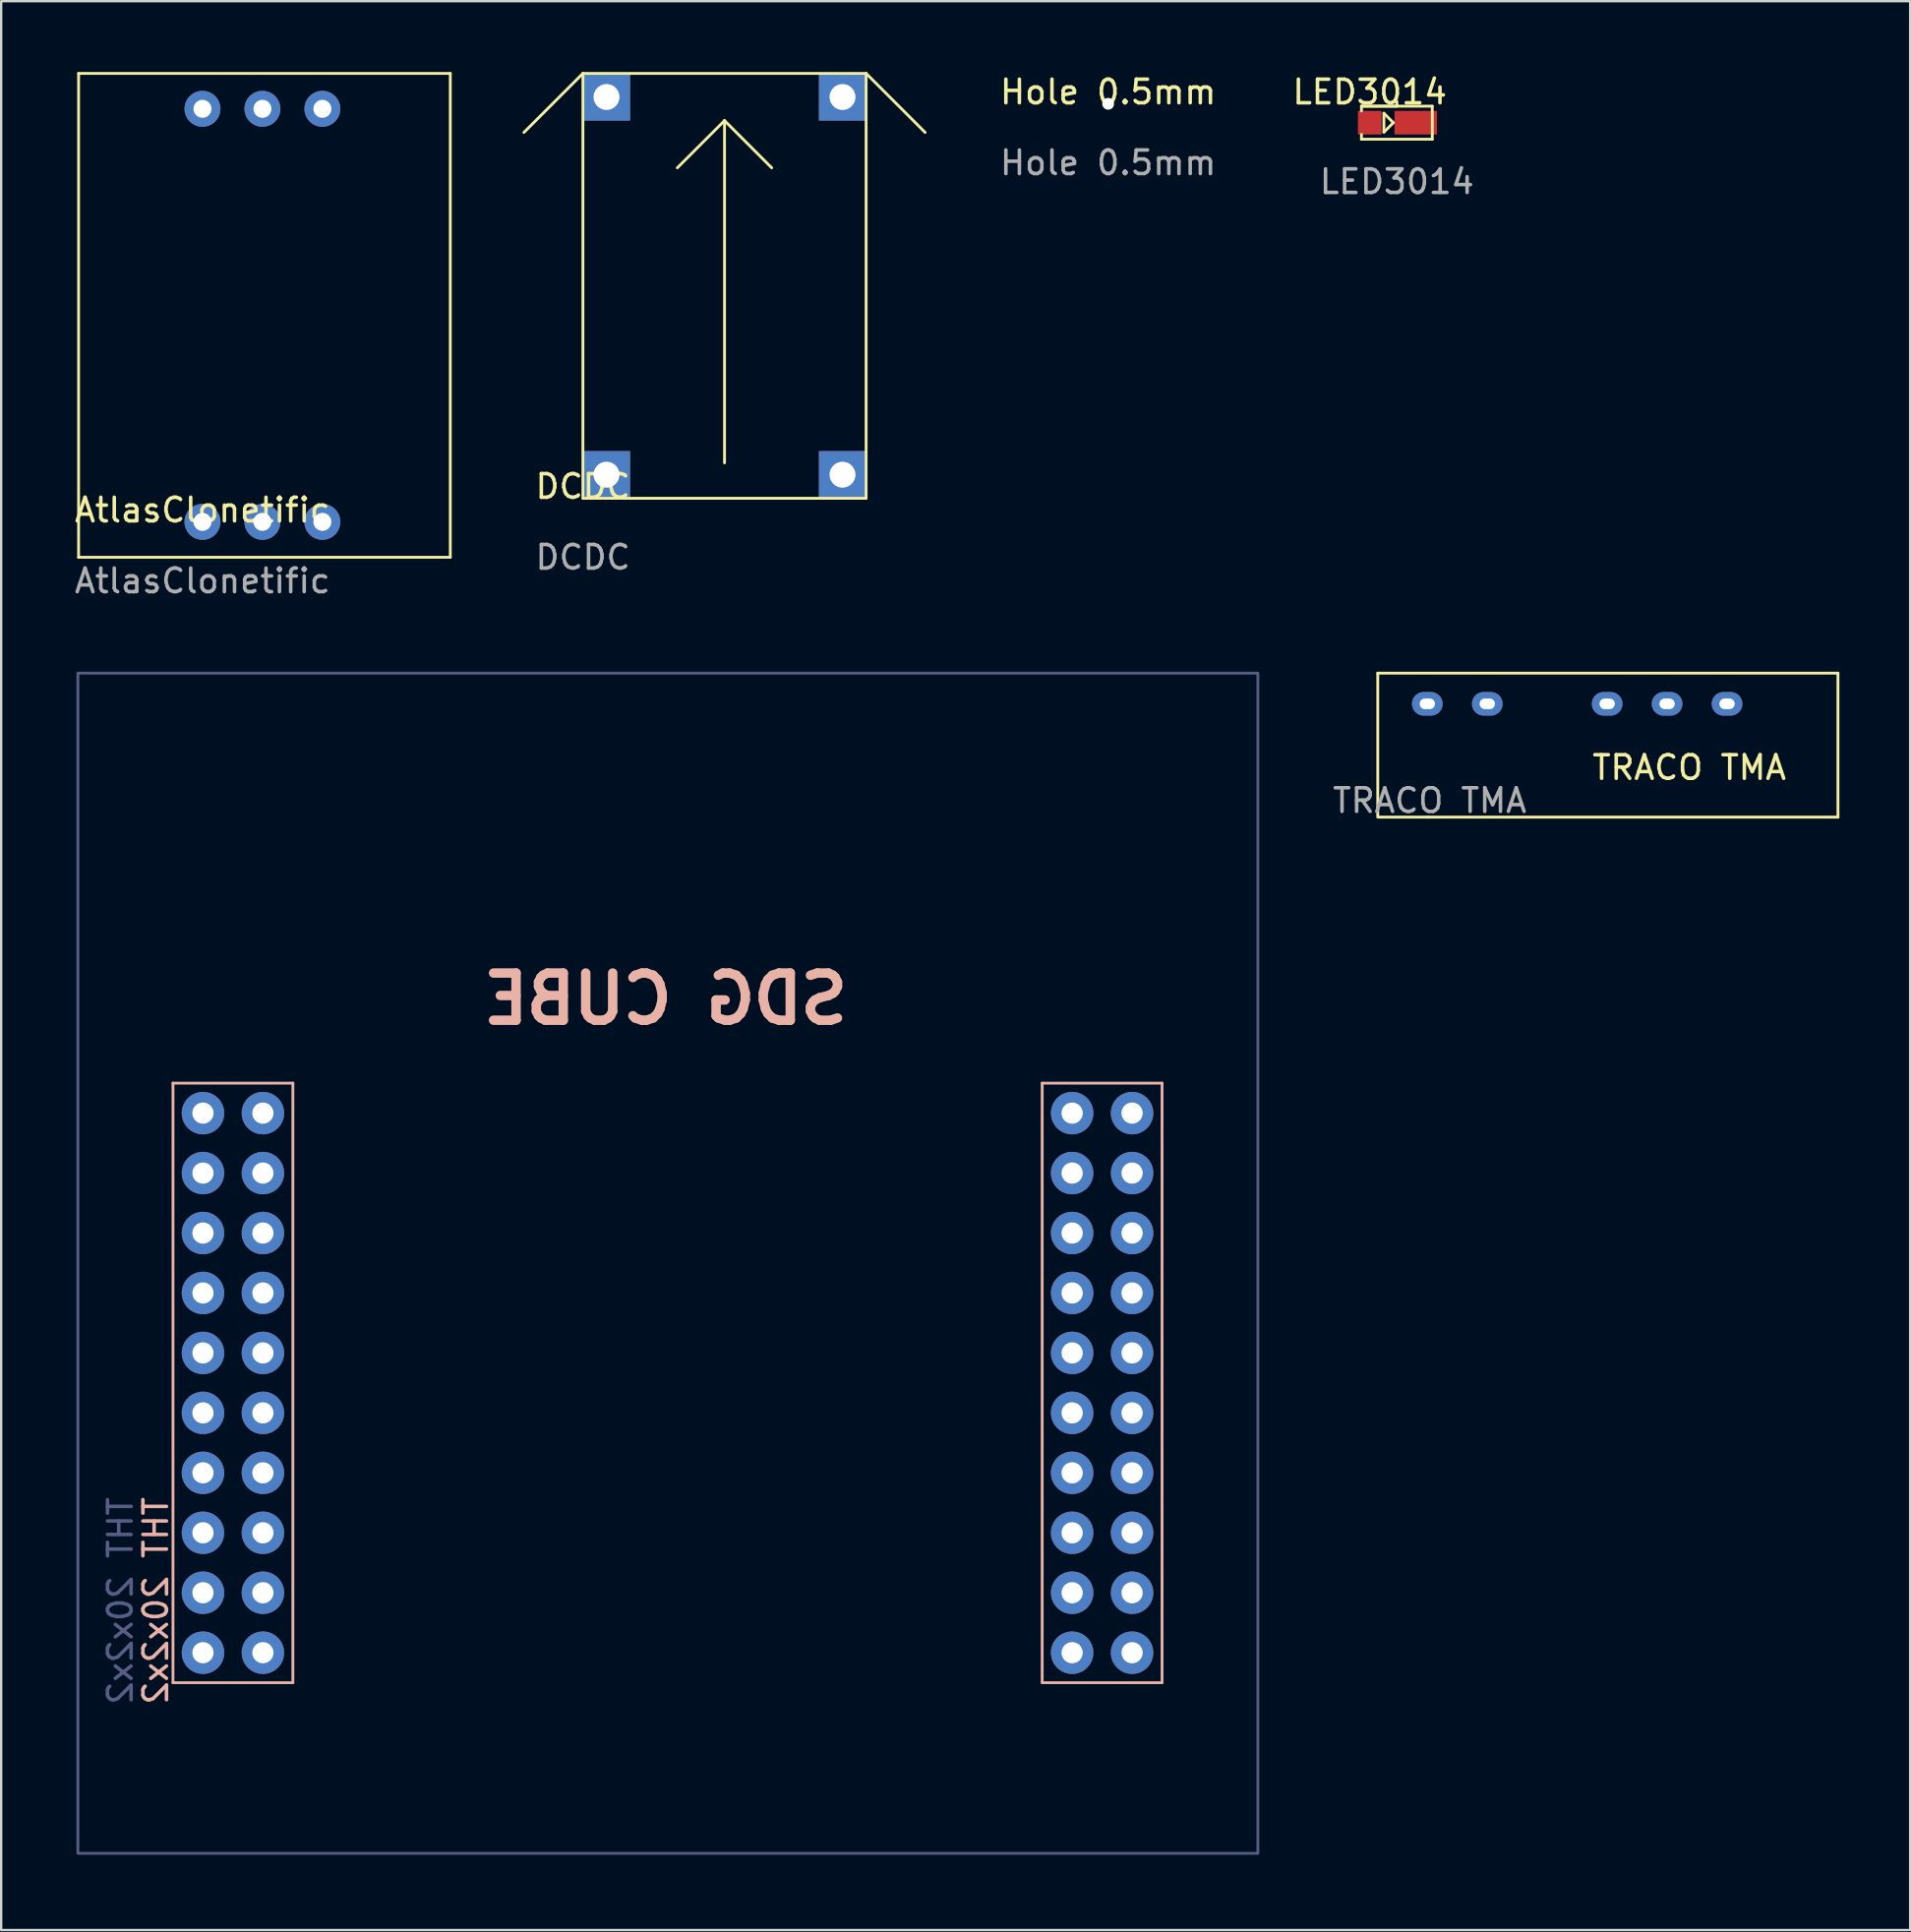
<source format=kicad_pcb>
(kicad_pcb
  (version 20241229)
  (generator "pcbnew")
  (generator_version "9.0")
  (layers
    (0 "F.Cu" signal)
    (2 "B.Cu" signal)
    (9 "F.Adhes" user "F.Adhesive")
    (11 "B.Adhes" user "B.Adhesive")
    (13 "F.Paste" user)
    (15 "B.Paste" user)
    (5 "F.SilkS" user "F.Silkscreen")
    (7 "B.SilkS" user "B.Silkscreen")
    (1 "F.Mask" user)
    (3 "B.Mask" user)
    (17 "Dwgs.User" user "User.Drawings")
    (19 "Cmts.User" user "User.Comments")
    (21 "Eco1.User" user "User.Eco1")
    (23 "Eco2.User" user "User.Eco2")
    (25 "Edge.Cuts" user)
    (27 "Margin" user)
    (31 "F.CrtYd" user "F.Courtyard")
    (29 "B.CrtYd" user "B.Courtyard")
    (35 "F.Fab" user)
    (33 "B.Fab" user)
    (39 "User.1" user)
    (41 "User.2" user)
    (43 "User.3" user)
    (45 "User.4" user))
  (footprint "THT 20x2x2"
    (layer "F.Cu")
    (at 0.25 75.468)
    (property "Reference" "THT 20x2x2" (at 3.3 -10.7 90) (unlocked yes) (layer "B.SilkS") (effects (font (size 1 1) (thickness 0.15)) (justify mirror)))
    (attr through_hole)
    (fp_line (start 4.03 -32.63) (end 4.03 -7.23) (stroke (width 0.12) (type solid)) (layer "B.SilkS"))
    (fp_line (start 4.03 -7.23) (end 9.11 -7.23) (stroke (width 0.12) (type solid)) (layer "B.SilkS"))
    (fp_line (start 9.11 -32.63) (end 4.03 -32.63) (stroke (width 0.12) (type solid)) (layer "B.SilkS"))
    (fp_line (start 9.11 -7.23) (end 9.11 -32.63) (stroke (width 0.12) (type solid)) (layer "B.SilkS"))
    (fp_line (start 40.86 -32.63) (end 40.86 -7.23) (stroke (width 0.12) (type solid)) (layer "B.SilkS"))
    (fp_line (start 40.86 -7.23) (end 45.94 -7.23) (stroke (width 0.12) (type solid)) (layer "B.SilkS"))
    (fp_line (start 45.94 -32.63) (end 40.86 -32.63) (stroke (width 0.12) (type solid)) (layer "B.SilkS"))
    (fp_line (start 45.94 -7.23) (end 45.94 -32.63) (stroke (width 0.12) (type solid)) (layer "B.SilkS"))
    (fp_rect (start 0 0) (end 50 -50) (stroke (width 0.12) (type solid)) (fill no) (layer "B.Fab"))
    (fp_text user "SDG CUBE" (at 24.9 -36.2 0) (unlocked yes) (layer "B.SilkS") (effects (font (size 2 2) (thickness 0.4)) (justify mirror)))
    (fp_text user "${REFERENCE}" (at 1.8 -10.7 90) (unlocked yes) (layer "B.Fab") (effects (font (size 1 1) (thickness 0.15)) (justify mirror)))
    (pad "1" thru_hole circle (at 5.3 -8.5) (size 1.8 1.8) (drill 0.9) (layers "*.Cu" "*.Mask"))
    (pad "2" thru_hole circle (at 7.84 -8.5) (size 1.8 1.8) (drill 0.9) (layers "*.Cu" "*.Mask"))
    (pad "4" thru_hole circle (at 7.84 -11.04) (size 1.8 1.8) (drill 0.9) (layers "*.Cu" "*.Mask"))
    (pad "5" thru_hole circle (at 5.3 -13.58) (size 1.8 1.8) (drill 0.9) (layers "*.Cu" "*.Mask"))
    (pad "5" thru_hole circle (at 5.3 -11.04) (size 1.8 1.8) (drill 0.9) (layers "*.Cu" "*.Mask"))
    (pad "6" thru_hole circle (at 7.84 -13.58) (size 1.8 1.8) (drill 0.9) (layers "*.Cu" "*.Mask"))
    (pad "7" thru_hole circle (at 5.3 -18.66) (size 1.8 1.8) (drill 0.9) (layers "*.Cu" "*.Mask"))
    (pad "7" thru_hole circle (at 5.3 -16.12) (size 1.8 1.8) (drill 0.9) (layers "*.Cu" "*.Mask"))
    (pad "8" thru_hole circle (at 7.84 -16.12) (size 1.8 1.8) (drill 0.9) (layers "*.Cu" "*.Mask"))
    (pad "10" thru_hole circle (at 7.84 -18.66) (size 1.8 1.8) (drill 0.9) (layers "*.Cu" "*.Mask"))
    (pad "11" thru_hole circle (at 5.3 -21.2) (size 1.8 1.8) (drill 0.9) (layers "*.Cu" "*.Mask"))
    (pad "12" thru_hole circle (at 7.84 -21.2) (size 1.8 1.8) (drill 0.9) (layers "*.Cu" "*.Mask"))
    (pad "13" thru_hole circle (at 5.3 -23.74) (size 1.8 1.8) (drill 0.9) (layers "*.Cu" "*.Mask"))
    (pad "14" thru_hole circle (at 7.84 -23.74) (size 1.8 1.8) (drill 0.9) (layers "*.Cu" "*.Mask"))
    (pad "15" thru_hole circle (at 5.3 -26.28) (size 1.8 1.8) (drill 0.9) (layers "*.Cu" "*.Mask"))
    (pad "15" thru_hole circle (at 7.84 -26.28) (size 1.8 1.8) (drill 0.9) (layers "*.Cu" "*.Mask"))
    (pad "15" thru_hole circle (at 42.13 -23.74) (size 1.8 1.8) (drill 0.9) (layers "*.Cu" "*.Mask"))
    (pad "17" thru_hole circle (at 5.3 -28.82) (size 1.8 1.8) (drill 0.9) (layers "*.Cu" "*.Mask"))
    (pad "17" thru_hole circle (at 7.84 -28.82) (size 1.8 1.8) (drill 0.9) (layers "*.Cu" "*.Mask"))
    (pad "17" thru_hole circle (at 42.13 -26.28) (size 1.8 1.8) (drill 0.9) (layers "*.Cu" "*.Mask"))
    (pad "17" thru_hole circle (at 44.67 -26.28) (size 1.8 1.8) (drill 0.9) (layers "*.Cu" "*.Mask"))
    (pad "19" thru_hole circle (at 5.3 -31.36) (size 1.8 1.8) (drill 0.9) (layers "*.Cu" "*.Mask"))
    (pad "19" thru_hole circle (at 7.84 -31.36) (size 1.8 1.8) (drill 0.9) (layers "*.Cu" "*.Mask"))
    (pad "19" thru_hole circle (at 42.13 -31.36) (size 1.8 1.8) (drill 0.9) (layers "*.Cu" "*.Mask"))
    (pad "19" thru_hole circle (at 44.67 -31.36) (size 1.8 1.8) (drill 0.9) (layers "*.Cu" "*.Mask"))
    (pad "21" thru_hole circle (at 42.13 -8.5) (size 1.8 1.8) (drill 0.9) (layers "*.Cu" "*.Mask"))
    (pad "22" thru_hole circle (at 44.67 -8.5) (size 1.8 1.8) (drill 0.9) (layers "*.Cu" "*.Mask"))
    (pad "23" thru_hole circle (at 42.13 -11.04) (size 1.8 1.8) (drill 0.9) (layers "*.Cu" "*.Mask"))
    (pad "24" thru_hole circle (at 44.67 -11.04) (size 1.8 1.8) (drill 0.9) (layers "*.Cu" "*.Mask"))
    (pad "25" thru_hole circle (at 42.13 -13.58) (size 1.8 1.8) (drill 0.9) (layers "*.Cu" "*.Mask"))
    (pad "26" thru_hole circle (at 44.67 -13.58) (size 1.8 1.8) (drill 0.9) (layers "*.Cu" "*.Mask"))
    (pad "27" thru_hole circle (at 42.13 -16.12) (size 1.8 1.8) (drill 0.9) (layers "*.Cu" "*.Mask"))
    (pad "28" thru_hole circle (at 44.67 -16.12) (size 1.8 1.8) (drill 0.9) (layers "*.Cu" "*.Mask"))
    (pad "29" thru_hole circle (at 42.13 -18.66) (size 1.8 1.8) (drill 0.9) (layers "*.Cu" "*.Mask"))
    (pad "30" thru_hole circle (at 44.67 -18.66) (size 1.8 1.8) (drill 0.9) (layers "*.Cu" "*.Mask"))
    (pad "31" thru_hole circle (at 42.13 -21.2) (size 1.8 1.8) (drill 0.9) (layers "*.Cu" "*.Mask"))
    (pad "32" thru_hole circle (at 44.67 -21.2) (size 1.8 1.8) (drill 0.9) (layers "*.Cu" "*.Mask"))
    (pad "34" thru_hole circle (at 44.67 -23.74) (size 1.8 1.8) (drill 0.9) (layers "*.Cu" "*.Mask"))
    (pad "37" thru_hole circle (at 42.13 -28.82) (size 1.8 1.8) (drill 0.9) (layers "*.Cu" "*.Mask"))
    (pad "38" thru_hole circle (at 44.67 -28.82) (size 1.8 1.8) (drill 0.9) (layers "*.Cu" "*.Mask")))
  (footprint "TRACO TMA"
    (layer "F.Cu")
    (at 57.43 26.768)
    (property "Reference" "TRACO TMA" (at 11.1 2.7 0) (unlocked yes) (layer "F.SilkS") (effects (font (size 1 1) (thickness 0.15))))
    (attr through_hole)
    (fp_line (start -2.1 -1.3) (end 17.4 -1.3) (stroke (width 0.12) (type solid)) (layer "F.SilkS"))
    (fp_line (start -2.1 4.8) (end -2.1 -1.3) (stroke (width 0.12) (type solid)) (layer "F.SilkS"))
    (fp_line (start 0.05 4.8) (end -2.05 4.8) (stroke (width 0.12) (type solid)) (layer "F.SilkS"))
    (fp_line (start 17.4 -1.3) (end 17.4 4.8) (stroke (width 0.12) (type solid)) (layer "F.SilkS"))
    (fp_line (start 17.4 4.8) (end 0 4.8) (stroke (width 0.12) (type solid)) (layer "F.SilkS"))
    (fp_text user "${REFERENCE}" (at 0.1 4.1 0) (unlocked yes) (layer "F.Fab") (effects (font (size 1 1) (thickness 0.15))))
    (pad "1" thru_hole oval (at 0 0) (size 1.3 1) (drill oval 0.65 0.45) (layers "*.Cu" "*.Mask"))
    (pad "2" thru_hole oval (at 2.54 0) (size 1.3 1) (drill oval 0.65 0.45) (layers "*.Cu" "*.Mask"))
    (pad "4" thru_hole oval (at 7.62 0) (size 1.3 1) (drill oval 0.65 0.45) (layers "*.Cu" "*.Mask"))
    (pad "5" thru_hole oval (at 10.16 0) (size 1.3 1) (drill oval 0.65 0.45) (layers "*.Cu" "*.Mask"))
    (pad "6" thru_hole oval (at 12.7 0) (size 1.3 1) (drill oval 0.65 0.45) (layers "*.Cu" "*.Mask")))
  (footprint "Hole 0.5mm"
    (layer "F.Cu")
    (at 43.906 1.348)
    (property "Reference" "Hole 0.5mm" (at 0 -0.5 0) (unlocked yes) (layer "F.SilkS") (effects (font (size 1 1) (thickness 0.15))))
    (fp_text user "${REFERENCE}" (at 0 2.5 0) (unlocked yes) (layer "F.Fab") (effects (font (size 1 1) (thickness 0.15))))
    (pad "" np_thru_hole circle (at 0 0) (size 0.5 0.5) (drill 0.5) (layers "*.Cu" "*.Mask")))
  (footprint "AtlasClonetific"
    (layer "F.Cu")
    (at 5.53 19.06)
    (property "Reference" "AtlasClonetific" (at 0 -0.5 0) (unlocked yes) (layer "F.SilkS") (effects (font (size 1 1) (thickness 0.15))))
    (attr through_hole)
    (fp_line (start -5.25 -19) (end -5.25 1.5) (stroke (width 0.12) (type solid)) (layer "F.SilkS"))
    (fp_line (start 10.5 -19) (end -5.25 -19) (stroke (width 0.12) (type solid)) (layer "F.SilkS"))
    (fp_line (start 10.5 1.5) (end -5.25 1.5) (stroke (width 0.12) (type solid)) (layer "F.SilkS"))
    (fp_line (start 10.5 1.5) (end 10.5 -19) (stroke (width 0.12) (type solid)) (layer "F.SilkS"))
    (fp_text user "${REFERENCE}" (at 0 2.5 0) (unlocked yes) (layer "F.Fab") (effects (font (size 1 1) (thickness 0.15))))
    (pad "1" thru_hole circle (at 0 0) (size 1.524 1.524) (drill 0.762) (layers "*.Cu" "*.Mask"))
    (pad "2" thru_hole circle (at 2.54 0) (size 1.524 1.524) (drill 0.762) (layers "*.Cu" "*.Mask"))
    (pad "3" thru_hole circle (at 5.08 0) (size 1.524 1.524) (drill 0.762) (layers "*.Cu" "*.Mask"))
    (pad "4" thru_hole circle (at 0 -17.5) (size 1.524 1.524) (drill 0.762) (layers "*.Cu" "*.Mask"))
    (pad "5" thru_hole circle (at 2.54 -17.5) (size 1.524 1.524) (drill 0.762) (layers "*.Cu" "*.Mask"))
    (pad "6" thru_hole circle (at 5.08 -17.5) (size 1.524 1.524) (drill 0.762) (layers "*.Cu" "*.Mask")))
  (footprint "LED3014"
    (layer "F.Cu")
    (at 56.14 2.148)
    (property "Reference" "LED3014" (at -1.15 -1.3 0) (unlocked yes) (layer "F.SilkS") (effects (font (size 1 1) (thickness 0.15))))
    (attr smd)
    (fp_line (start -1.5 -0.7) (end 0 -0.7) (stroke (width 0.12) (type solid)) (layer "F.SilkS"))
    (fp_line (start -1.5 -0.7) (end 1.5 -0.7) (stroke (width 0.12) (type solid)) (layer "F.SilkS"))
    (fp_line (start -1.5 -0.5) (end -1.5 -0.7) (stroke (width 0.12) (type solid)) (layer "F.SilkS"))
    (fp_line (start -1.5 0.7) (end -1.5 0.5) (stroke (width 0.12) (type solid)) (layer "F.SilkS"))
    (fp_line (start -0.55 -0.4) (end -0.55 0.4) (stroke (width 0.12) (type solid)) (layer "F.SilkS"))
    (fp_line (start -0.55 0.4) (end -0.15 0) (stroke (width 0.12) (type solid)) (layer "F.SilkS"))
    (fp_line (start -0.15 0) (end -0.55 -0.4) (stroke (width 0.12) (type solid)) (layer "F.SilkS"))
    (fp_line (start 0 -0.7) (end 0 -0.9) (stroke (width 0.12) (type solid)) (layer "F.SilkS"))
    (fp_line (start 1.5 -0.7) (end 1.5 0.7) (stroke (width 0.12) (type solid)) (layer "F.SilkS"))
    (fp_line (start 1.5 0.7) (end -1.5 0.7) (stroke (width 0.12) (type solid)) (layer "F.SilkS"))
    (fp_text user "${REFERENCE}" (at 0 2.5 0) (unlocked yes) (layer "F.Fab") (effects (font (size 1 1) (thickness 0.15))))
    (pad "1" smd rect (at 0.8 0) (size 1.8 1) (layers "F.Cu" "F.Mask" "F.Paste"))
    (pad "2" smd rect (at -1.15 0) (size 1 1) (layers "F.Cu" "F.Mask" "F.Paste")))
  (footprint "DCDC"
    (layer "F.Cu")
    (at 21.65 18.06)
    (property "Reference" "DCDC" (at 0 -0.5 0) (unlocked yes) (layer "F.SilkS") (effects (font (size 1 1) (thickness 0.15))))
    (attr through_hole)
    (fp_line (start 0 -18) (end -2.5 -15.5) (stroke (width 0.12) (type solid)) (layer "F.SilkS"))
    (fp_line (start 0 -18) (end 12 -18) (stroke (width 0.12) (type solid)) (layer "F.SilkS"))
    (fp_line (start 0 0) (end 0 -18) (stroke (width 0.12) (type solid)) (layer "F.SilkS"))
    (fp_line (start 6 -16) (end 4 -14) (stroke (width 0.12) (type solid)) (layer "F.SilkS"))
    (fp_line (start 6 -16) (end 8 -14) (stroke (width 0.12) (type solid)) (layer "F.SilkS"))
    (fp_line (start 6 -1.5) (end 6 -16) (stroke (width 0.12) (type solid)) (layer "F.SilkS"))
    (fp_line (start 12 -18) (end 12 0) (stroke (width 0.12) (type solid)) (layer "F.SilkS"))
    (fp_line (start 12 -18) (end 14.5 -15.5) (stroke (width 0.12) (type solid)) (layer "F.SilkS"))
    (fp_line (start 12 0) (end 0 0) (stroke (width 0.12) (type solid)) (layer "F.SilkS"))
    (fp_text user "${REFERENCE}" (at 0 2.5 0) (unlocked yes) (layer "F.Fab") (effects (font (size 1 1) (thickness 0.15))))
    (pad "1" thru_hole rect (at 1 -1) (size 2 2) (drill 1.1) (layers "*.Cu" "*.Mask"))
    (pad "2" thru_hole rect (at 11 -1) (size 2 2) (drill 1.1) (layers "*.Cu" "*.Mask"))
    (pad "3" thru_hole rect (at 1 -17) (size 2 2) (drill 1.1) (layers "*.Cu" "*.Mask"))
    (pad "4" thru_hole rect (at 11 -17) (size 2 2) (drill 1.1) (layers "*.Cu" "*.Mask")))
  (gr_rect
    (start -3 -3)
    (end 77.89 78.718)
    (stroke (width 0.1) (type default))
    (fill no)
    (layer "Edge.Cuts")))
</source>
